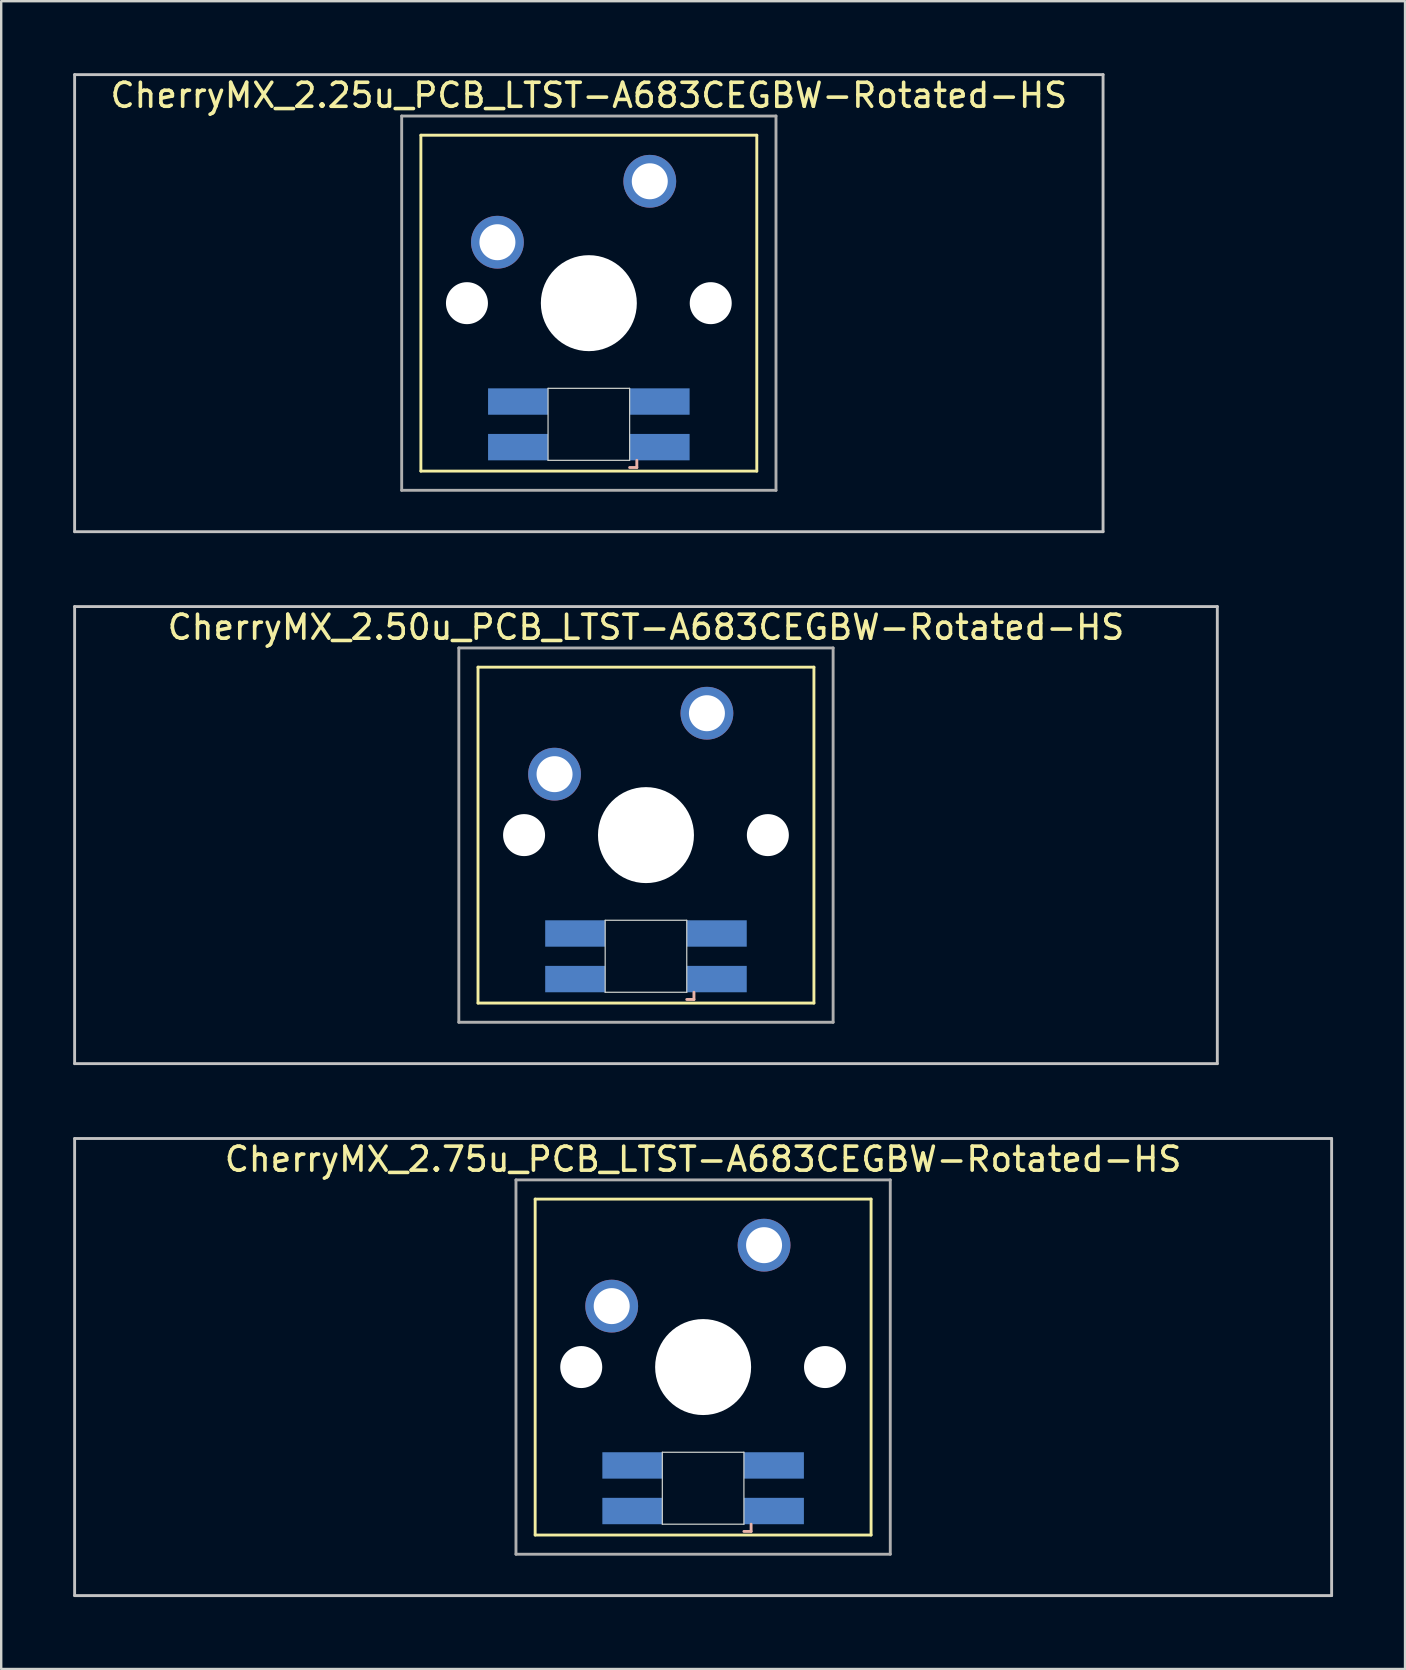
<source format=kicad_pcb>
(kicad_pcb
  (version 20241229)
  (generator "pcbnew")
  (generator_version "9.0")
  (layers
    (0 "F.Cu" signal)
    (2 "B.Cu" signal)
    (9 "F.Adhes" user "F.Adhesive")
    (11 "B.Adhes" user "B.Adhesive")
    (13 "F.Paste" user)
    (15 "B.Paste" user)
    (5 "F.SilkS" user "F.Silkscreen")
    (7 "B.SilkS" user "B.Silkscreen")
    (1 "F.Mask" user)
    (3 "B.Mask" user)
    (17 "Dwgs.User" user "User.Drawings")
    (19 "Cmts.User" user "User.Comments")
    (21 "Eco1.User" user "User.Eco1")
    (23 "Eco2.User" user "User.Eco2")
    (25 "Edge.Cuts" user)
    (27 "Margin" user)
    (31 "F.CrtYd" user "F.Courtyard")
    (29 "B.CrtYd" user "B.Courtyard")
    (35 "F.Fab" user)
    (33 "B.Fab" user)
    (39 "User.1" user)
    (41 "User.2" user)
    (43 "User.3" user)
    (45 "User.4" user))
  (footprint "CherryMX_2.25u_PCB_LTST-A683CEGBW-Rotated-HS"
    (layer "F.Cu")
    (at 21.491 9.585)
    (property "Reference" "CherryMX_2.25u_PCB_LTST-A683CEGBW-Rotated-HS" (at 0 -8.662 0) (layer "F.SilkS") (effects (font (size 1 1) (thickness 0.15))))
    (attr through_hole)
    (fp_line (start -7 -7) (end -7 7) (stroke (width 0.12) (type solid)) (layer "F.SilkS"))
    (fp_line (start -7 -7) (end 7 -7) (stroke (width 0.12) (type solid)) (layer "F.SilkS"))
    (fp_line (start 7 -7) (end 7 7) (stroke (width 0.12) (type solid)) (layer "F.SilkS"))
    (fp_line (start 7 7) (end -7 7) (stroke (width 0.12) (type solid)) (layer "F.SilkS"))
    (fp_line (start 1.7 6.85) (end 2 6.85) (stroke (width 0.12) (type solid)) (layer "B.SilkS"))
    (fp_line (start 2 6.85) (end 2 6.55) (stroke (width 0.12) (type solid)) (layer "B.SilkS"))
    (fp_line (start -21.431 -9.525) (end 21.431 -9.525) (stroke (width 0.12) (type solid)) (layer "Dwgs.User"))
    (fp_line (start -21.431 9.525) (end -21.431 -9.525) (stroke (width 0.12) (type solid)) (layer "Dwgs.User"))
    (fp_line (start 21.431 -9.525) (end 21.431 9.525) (stroke (width 0.12) (type solid)) (layer "Dwgs.User"))
    (fp_line (start 21.431 9.525) (end -21.431 9.525) (stroke (width 0.12) (type solid)) (layer "Dwgs.User"))
    (fp_line (start -1.7 3.55) (end 1.7 3.55) (stroke (width 0.05) (type solid)) (layer "Edge.Cuts"))
    (fp_line (start -1.7 6.55) (end -1.7 3.55) (stroke (width 0.05) (type solid)) (layer "Edge.Cuts"))
    (fp_line (start 1.7 3.55) (end 1.7 6.55) (stroke (width 0.05) (type solid)) (layer "Edge.Cuts"))
    (fp_line (start 1.7 6.55) (end -1.7 6.55) (stroke (width 0.05) (type solid)) (layer "Edge.Cuts"))
    (fp_line (start -7.8 -7.8) (end -7.8 7.8) (stroke (width 0.12) (type solid)) (layer "F.Fab"))
    (fp_line (start -7.8 -7.8) (end 7.8 -7.8) (stroke (width 0.12) (type solid)) (layer "F.Fab"))
    (fp_line (start -7.8 7.8) (end 7.8 7.8) (stroke (width 0.12) (type solid)) (layer "F.Fab"))
    (fp_line (start 7.8 -7.8) (end 7.8 7.8) (stroke (width 0.12) (type solid)) (layer "F.Fab"))
    (pad "" np_thru_hole circle (at -5.08 0) (size 1.75 1.75) (drill 1.75) (layers "*.Cu" "*.Mask"))
    (pad "" np_thru_hole circle (at 0 0) (size 4 4) (drill 4) (layers "*.Cu" "*.Mask"))
    (pad "" np_thru_hole circle (at 5.08 0) (size 1.75 1.75) (drill 1.75) (layers "*.Cu" "*.Mask"))
    (pad "1" thru_hole circle (at -3.81 -2.54) (size 2.2 2.2) (drill 1.5) (layers "*.Cu" "*.Mask"))
    (pad "2" thru_hole circle (at 2.54 -5.08) (size 2.2 2.2) (drill 1.5) (layers "*.Cu" "*.Mask"))
    (pad "3" smd rect (at 2.95 6) (size 2.5 1.1) (layers "B.Cu" "B.Mask" "B.Paste"))
    (pad "4" smd rect (at 2.95 4.1) (size 2.5 1.1) (layers "B.Cu" "B.Mask" "B.Paste"))
    (pad "5" smd rect (at -2.95 6) (size 2.5 1.1) (layers "B.Cu" "B.Mask" "B.Paste"))
    (pad "6" smd rect (at -2.95 4.1) (size 2.5 1.1) (layers "B.Cu" "B.Mask" "B.Paste")))
  (footprint "CherryMX_2.50u_PCB_LTST-A683CEGBW-Rotated-HS"
    (layer "F.Cu")
    (at 23.872 31.755)
    (property "Reference" "CherryMX_2.50u_PCB_LTST-A683CEGBW-Rotated-HS" (at 0 -8.662 0) (layer "F.SilkS") (effects (font (size 1 1) (thickness 0.15))))
    (attr through_hole)
    (fp_line (start -7 -7) (end -7 7) (stroke (width 0.12) (type solid)) (layer "F.SilkS"))
    (fp_line (start -7 -7) (end 7 -7) (stroke (width 0.12) (type solid)) (layer "F.SilkS"))
    (fp_line (start 7 -7) (end 7 7) (stroke (width 0.12) (type solid)) (layer "F.SilkS"))
    (fp_line (start 7 7) (end -7 7) (stroke (width 0.12) (type solid)) (layer "F.SilkS"))
    (fp_line (start 1.7 6.85) (end 2 6.85) (stroke (width 0.12) (type solid)) (layer "B.SilkS"))
    (fp_line (start 2 6.85) (end 2 6.55) (stroke (width 0.12) (type solid)) (layer "B.SilkS"))
    (fp_line (start -23.812 -9.525) (end 23.812 -9.525) (stroke (width 0.12) (type solid)) (layer "Dwgs.User"))
    (fp_line (start -23.812 9.525) (end -23.812 -9.525) (stroke (width 0.12) (type solid)) (layer "Dwgs.User"))
    (fp_line (start 23.812 -9.525) (end 23.812 9.525) (stroke (width 0.12) (type solid)) (layer "Dwgs.User"))
    (fp_line (start 23.812 9.525) (end -23.812 9.525) (stroke (width 0.12) (type solid)) (layer "Dwgs.User"))
    (fp_line (start -1.7 3.55) (end 1.7 3.55) (stroke (width 0.05) (type solid)) (layer "Edge.Cuts"))
    (fp_line (start -1.7 6.55) (end -1.7 3.55) (stroke (width 0.05) (type solid)) (layer "Edge.Cuts"))
    (fp_line (start 1.7 3.55) (end 1.7 6.55) (stroke (width 0.05) (type solid)) (layer "Edge.Cuts"))
    (fp_line (start 1.7 6.55) (end -1.7 6.55) (stroke (width 0.05) (type solid)) (layer "Edge.Cuts"))
    (fp_line (start -7.8 -7.8) (end -7.8 7.8) (stroke (width 0.12) (type solid)) (layer "F.Fab"))
    (fp_line (start -7.8 -7.8) (end 7.8 -7.8) (stroke (width 0.12) (type solid)) (layer "F.Fab"))
    (fp_line (start -7.8 7.8) (end 7.8 7.8) (stroke (width 0.12) (type solid)) (layer "F.Fab"))
    (fp_line (start 7.8 -7.8) (end 7.8 7.8) (stroke (width 0.12) (type solid)) (layer "F.Fab"))
    (pad "" np_thru_hole circle (at -5.08 0) (size 1.75 1.75) (drill 1.75) (layers "*.Cu" "*.Mask"))
    (pad "" np_thru_hole circle (at 0 0) (size 4 4) (drill 4) (layers "*.Cu" "*.Mask"))
    (pad "" np_thru_hole circle (at 5.08 0) (size 1.75 1.75) (drill 1.75) (layers "*.Cu" "*.Mask"))
    (pad "1" thru_hole circle (at -3.81 -2.54) (size 2.2 2.2) (drill 1.5) (layers "*.Cu" "*.Mask"))
    (pad "2" thru_hole circle (at 2.54 -5.08) (size 2.2 2.2) (drill 1.5) (layers "*.Cu" "*.Mask"))
    (pad "3" smd rect (at 2.95 6) (size 2.5 1.1) (layers "B.Cu" "B.Mask" "B.Paste"))
    (pad "4" smd rect (at 2.95 4.1) (size 2.5 1.1) (layers "B.Cu" "B.Mask" "B.Paste"))
    (pad "5" smd rect (at -2.95 6) (size 2.5 1.1) (layers "B.Cu" "B.Mask" "B.Paste"))
    (pad "6" smd rect (at -2.95 4.1) (size 2.5 1.1) (layers "B.Cu" "B.Mask" "B.Paste")))
  (footprint "CherryMX_2.75u_PCB_LTST-A683CEGBW-Rotated-HS"
    (layer "F.Cu")
    (at 26.254 53.925)
    (property "Reference" "CherryMX_2.75u_PCB_LTST-A683CEGBW-Rotated-HS" (at 0 -8.662 0) (layer "F.SilkS") (effects (font (size 1 1) (thickness 0.15))))
    (attr through_hole)
    (fp_line (start -7 -7) (end -7 7) (stroke (width 0.12) (type solid)) (layer "F.SilkS"))
    (fp_line (start -7 -7) (end 7 -7) (stroke (width 0.12) (type solid)) (layer "F.SilkS"))
    (fp_line (start 7 -7) (end 7 7) (stroke (width 0.12) (type solid)) (layer "F.SilkS"))
    (fp_line (start 7 7) (end -7 7) (stroke (width 0.12) (type solid)) (layer "F.SilkS"))
    (fp_line (start 1.7 6.85) (end 2 6.85) (stroke (width 0.12) (type solid)) (layer "B.SilkS"))
    (fp_line (start 2 6.85) (end 2 6.55) (stroke (width 0.12) (type solid)) (layer "B.SilkS"))
    (fp_line (start -26.194 -9.525) (end 26.194 -9.525) (stroke (width 0.12) (type solid)) (layer "Dwgs.User"))
    (fp_line (start -26.194 9.525) (end -26.194 -9.525) (stroke (width 0.12) (type solid)) (layer "Dwgs.User"))
    (fp_line (start 26.194 -9.525) (end 26.194 9.525) (stroke (width 0.12) (type solid)) (layer "Dwgs.User"))
    (fp_line (start 26.194 9.525) (end -26.194 9.525) (stroke (width 0.12) (type solid)) (layer "Dwgs.User"))
    (fp_line (start -1.7 3.55) (end 1.7 3.55) (stroke (width 0.05) (type solid)) (layer "Edge.Cuts"))
    (fp_line (start -1.7 6.55) (end -1.7 3.55) (stroke (width 0.05) (type solid)) (layer "Edge.Cuts"))
    (fp_line (start 1.7 3.55) (end 1.7 6.55) (stroke (width 0.05) (type solid)) (layer "Edge.Cuts"))
    (fp_line (start 1.7 6.55) (end -1.7 6.55) (stroke (width 0.05) (type solid)) (layer "Edge.Cuts"))
    (fp_line (start -7.8 -7.8) (end -7.8 7.8) (stroke (width 0.12) (type solid)) (layer "F.Fab"))
    (fp_line (start -7.8 -7.8) (end 7.8 -7.8) (stroke (width 0.12) (type solid)) (layer "F.Fab"))
    (fp_line (start -7.8 7.8) (end 7.8 7.8) (stroke (width 0.12) (type solid)) (layer "F.Fab"))
    (fp_line (start 7.8 -7.8) (end 7.8 7.8) (stroke (width 0.12) (type solid)) (layer "F.Fab"))
    (pad "" np_thru_hole circle (at -5.08 0) (size 1.75 1.75) (drill 1.75) (layers "*.Cu" "*.Mask"))
    (pad "" np_thru_hole circle (at 0 0) (size 4 4) (drill 4) (layers "*.Cu" "*.Mask"))
    (pad "" np_thru_hole circle (at 5.08 0) (size 1.75 1.75) (drill 1.75) (layers "*.Cu" "*.Mask"))
    (pad "1" thru_hole circle (at -3.81 -2.54) (size 2.2 2.2) (drill 1.5) (layers "*.Cu" "*.Mask"))
    (pad "2" thru_hole circle (at 2.54 -5.08) (size 2.2 2.2) (drill 1.5) (layers "*.Cu" "*.Mask"))
    (pad "3" smd rect (at 2.95 6) (size 2.5 1.1) (layers "B.Cu" "B.Mask" "B.Paste"))
    (pad "4" smd rect (at 2.95 4.1) (size 2.5 1.1) (layers "B.Cu" "B.Mask" "B.Paste"))
    (pad "5" smd rect (at -2.95 6) (size 2.5 1.1) (layers "B.Cu" "B.Mask" "B.Paste"))
    (pad "6" smd rect (at -2.95 4.1) (size 2.5 1.1) (layers "B.Cu" "B.Mask" "B.Paste")))
  (gr_rect
    (start -3 -3)
    (end 55.508 66.51)
    (stroke (width 0.1) (type default))
    (fill no)
    (layer "Edge.Cuts")))
</source>
